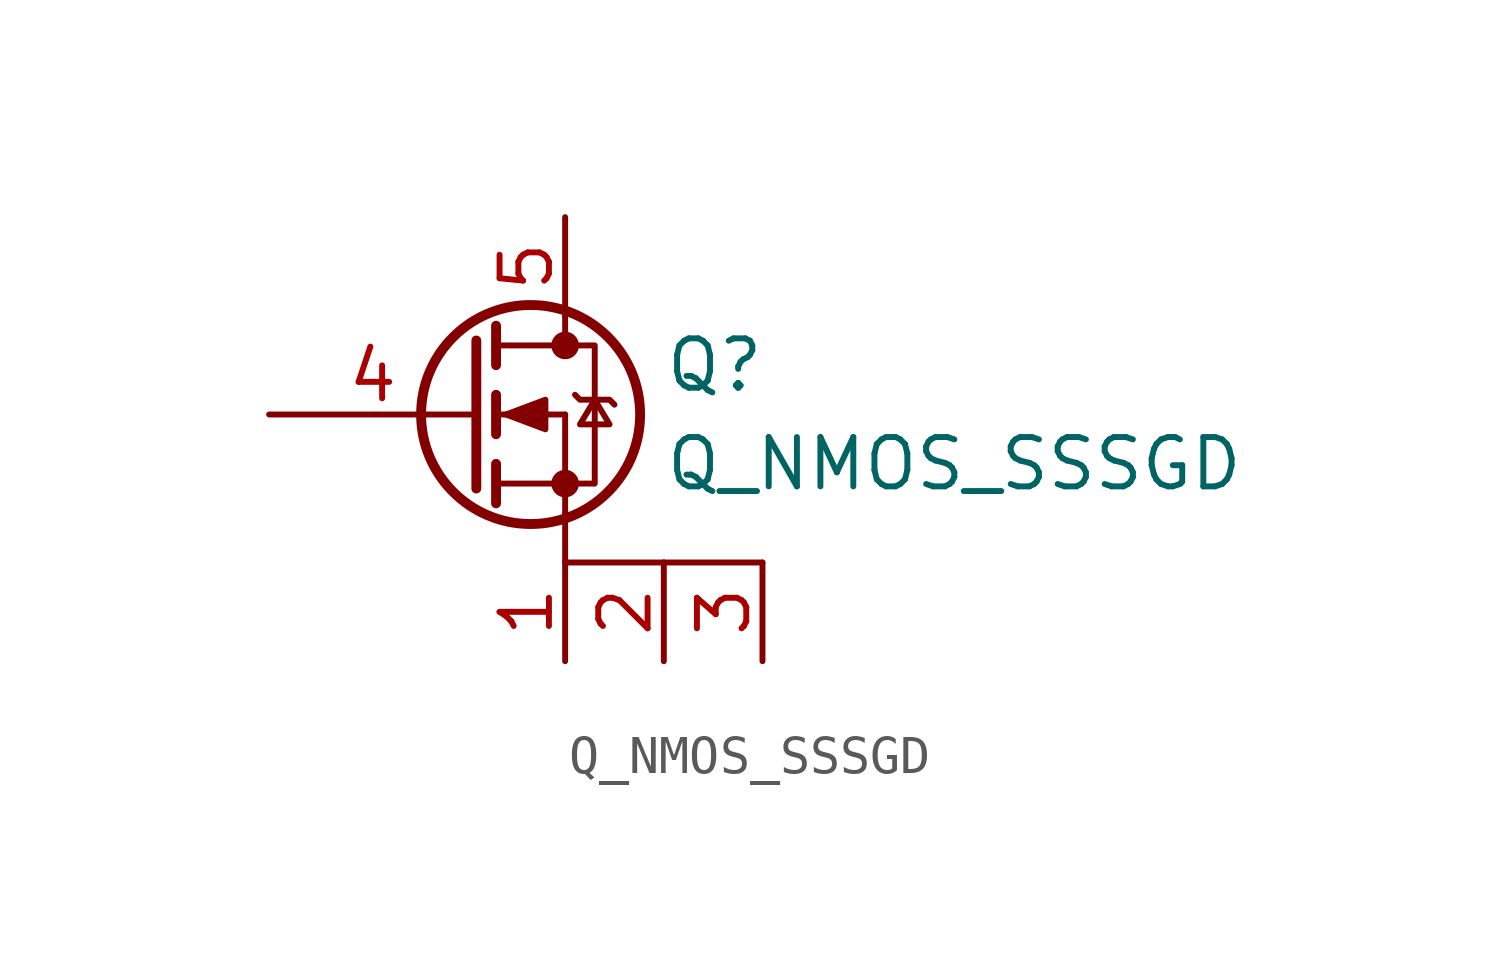
<source format=kicad_sym>
(kicad_symbol_lib
  (version 20211014)
  (generator kicad_symbol_editor)
  (symbol "Q_NMOS_SSSGD"
    (pin_names
      (offset 0) hide)
    (property "Reference" "Q"
      (at 5.08 1.27 0)
      (effects (font (size 1.27 1.27)) (justify left)))
    (property "Value" "Q_NMOS_SSSGD"
      (at 5.08 -1.27 0)
      (effects (font (size 1.27 1.27)) (justify left)))
    (symbol "Q_NMOS_SSSGD_0_1"
      (polyline (pts (xy 0.762 -1.778) (xy 2.54 -1.778)) (stroke (width 0) (type default) (color 0 0 0 0)) (fill (type none)))
      (polyline (pts (xy 0.762 -1.27) (xy 0.762 -2.286)) (stroke (width 0.254) (type default) (color 0 0 0 0)) (fill (type none)))
      (polyline (pts (xy 0.762 0) (xy 2.54 0)) (stroke (width 0) (type default) (color 0 0 0 0)) (fill (type none)))
      (polyline (pts (xy 0.762 0.508) (xy 0.762 -0.508)) (stroke (width 0.254) (type default) (color 0 0 0 0)) (fill (type none)))
      (polyline (pts (xy 0.762 1.778) (xy 2.54 1.778)) (stroke (width 0) (type default) (color 0 0 0 0)) (fill (type none)))
      (polyline (pts (xy 0.762 2.286) (xy 0.762 1.27)) (stroke (width 0.254) (type default) (color 0 0 0 0)) (fill (type none)))
      (polyline (pts (xy 2.54 -3.81) (xy 5.08 -3.81)) (stroke (width 0) (type default) (color 0 0 0 0)) (fill (type none)))
      (polyline (pts (xy 2.54 -2.54) (xy 2.54 -3.81)) (stroke (width 0) (type default) (color 0 0 0 0)) (fill (type none)))
      (polyline (pts (xy 2.54 -1.778) (xy 2.54 -2.54)) (stroke (width 0) (type default) (color 0 0 0 0)) (fill (type none)))
      (polyline (pts (xy 2.54 -1.778) (xy 2.54 0)) (stroke (width 0) (type default) (color 0 0 0 0)) (fill (type none)))
      (polyline (pts (xy 2.54 2.54) (xy 2.54 1.778)) (stroke (width 0) (type default) (color 0 0 0 0)) (fill (type none)))
      (polyline (pts (xy 5.08 -3.81) (xy 7.62 -3.81)) (stroke (width 0) (type default) (color 0 0 0 0)) (fill (type none)))
      (polyline (pts (xy 0.254 1.905) (xy 0.254 -1.905) (xy 0.254 -1.905)) (stroke (width 0.254) (type default) (color 0 0 0 0)) (fill (type none)))
      (polyline (pts (xy 1.016 0) (xy 2.032 0.381) (xy 2.032 -0.381) (xy 1.016 0)) (stroke (width 0) (type default) (color 0 0 0 0)) (fill (type outline)))
      (polyline (pts (xy 2.54 -1.778) (xy 3.302 -1.778) (xy 3.302 1.778) (xy 2.54 1.778)) (stroke (width 0) (type default) (color 0 0 0 0)) (fill (type none)))
      (polyline (pts (xy 2.794 0.508) (xy 2.921 0.381) (xy 3.683 0.381) (xy 3.81 0.254)) (stroke (width 0) (type default) (color 0 0 0 0)) (fill (type none)))
      (polyline (pts (xy 3.302 0.381) (xy 2.921 -0.254) (xy 3.683 -0.254) (xy 3.302 0.381)) (stroke (width 0) (type default) (color 0 0 0 0)) (fill (type none)))
      (circle (center 1.651 0) (radius 2.819) (stroke (width 0.254) (type default) (color 0 0 0 0)) (fill (type none)))
      (circle (center 2.54 -1.778) (radius 0.279) (stroke (width 0) (type default) (color 0 0 0 0)) (fill (type outline)))
      (circle (center 2.54 1.778) (radius 0.279) (stroke (width 0) (type default) (color 0 0 0 0)) (fill (type outline))))
    (symbol "Q_NMOS_SSSGD_1_1"
      (pin input line (at 2.54 -6.35 90) (length 2.54) (name "S" (effects (font (size 1.27 1.27)))) (number "1" (effects (font (size 1.27 1.27)))))
      (pin input line (at 5.08 -6.35 90) (length 2.54) (name "S" (effects (font (size 1.27 1.27)))) (number "2" (effects (font (size 1.27 1.27)))))
      (pin input line (at 7.62 -6.35 90) (length 2.54) (name "S" (effects (font (size 1.27 1.27)))) (number "3" (effects (font (size 1.27 1.27)))))
      (pin input line (at -5.08 0 0) (length 5.334) (name "G" (effects (font (size 1.27 1.27)))) (number "4" (effects (font (size 1.27 1.27)))))
      (pin passive line (at 2.54 5.08 270) (length 2.54) (name "D" (effects (font (size 1.27 1.27)))) (number "5" (effects (font (size 1.27 1.27))))))))
</source>
